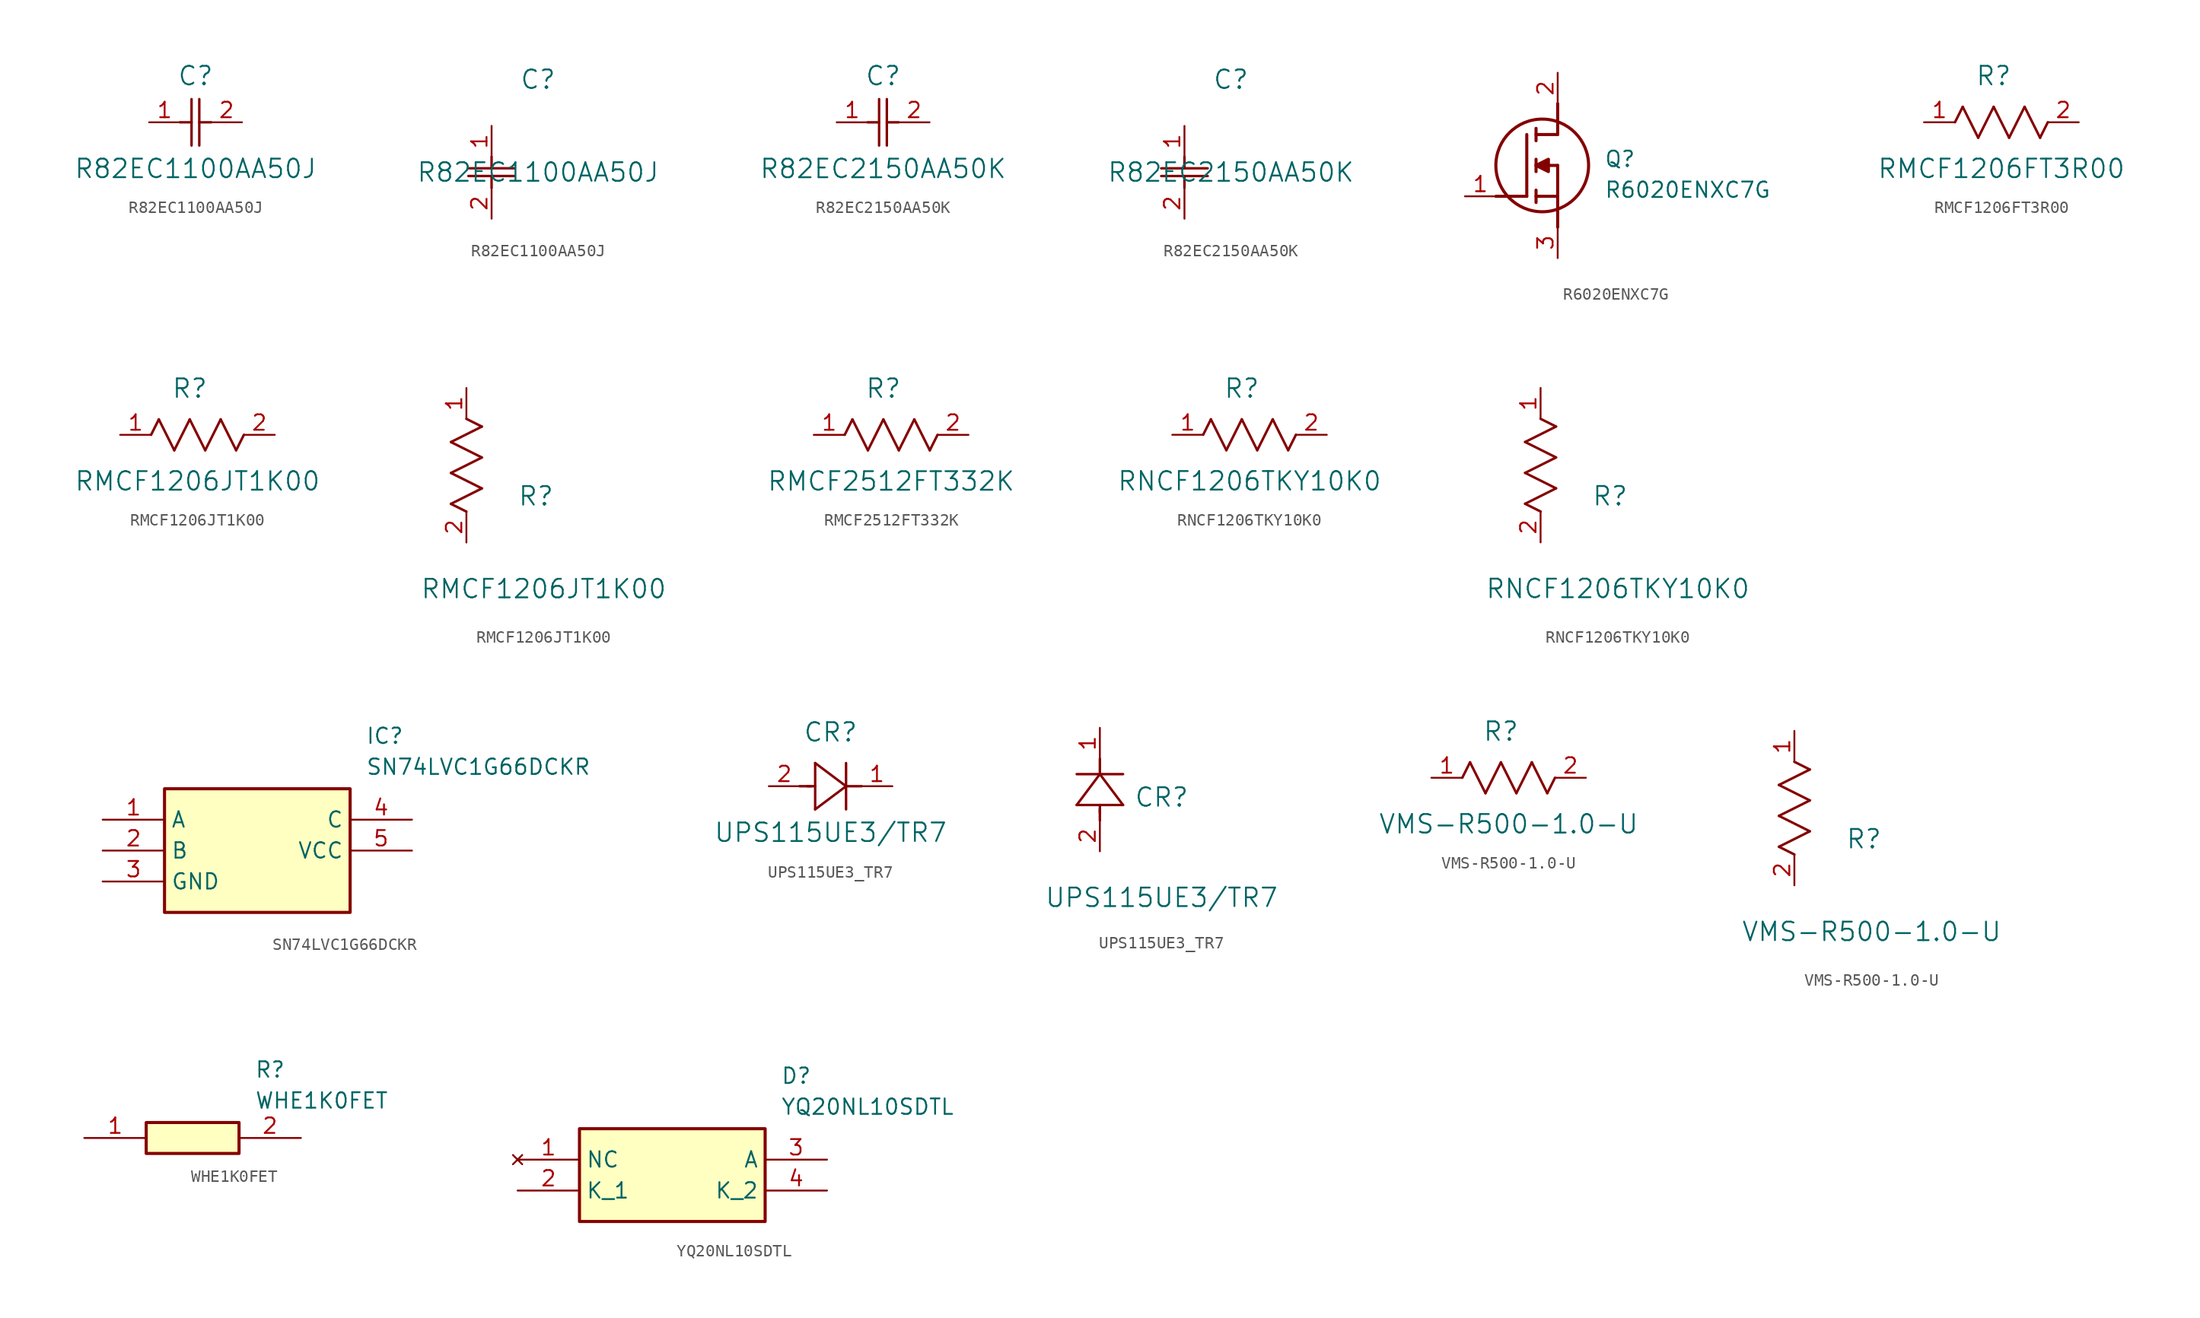
<source format=kicad_sym>
(kicad_symbol_lib
  (version 20231120)
  (generator "kicad_symbol_editor")
  (generator_version "8.0")
  (symbol "R82EC1100AA50J"
    (pin_names
      (offset 0.254))
    (property "Reference" "C"
      (at 3.81 3.81 0)
      (effects (font (size 1.524 1.524))))
    (property "Value" "R82EC1100AA50J"
      (at 3.81 -3.81 0)
      (effects (font (size 1.524 1.524))))
    (property "ki_locked" ""
      (at 0 0 0)
      (effects (font (size 1.27 1.27))))
    (symbol "R82EC1100AA50J_1_1"
      (polyline (pts (xy 2.54 0) (xy 3.48 0)) (stroke (width 0.203) (type default)) (fill (type none)))
      (polyline (pts (xy 3.48 -1.905) (xy 3.48 1.905)) (stroke (width 0.203) (type default)) (fill (type none)))
      (polyline (pts (xy 4.115 -1.905) (xy 4.115 1.905)) (stroke (width 0.203) (type default)) (fill (type none)))
      (polyline (pts (xy 4.115 0) (xy 5.08 0)) (stroke (width 0.203) (type default)) (fill (type none)))
      (pin unspecified line (at 0 0 0) (length 2.54) (name "" (effects (font (size 1.27 1.27)))) (number "1" (effects (font (size 1.27 1.27)))))
      (pin unspecified line (at 7.62 0 180) (length 2.54) (name "" (effects (font (size 1.27 1.27)))) (number "2" (effects (font (size 1.27 1.27))))))
    (symbol "R82EC1100AA50J_1_2"
      (polyline (pts (xy -1.905 -4.115) (xy 1.905 -4.115)) (stroke (width 0.203) (type default)) (fill (type none)))
      (polyline (pts (xy -1.905 -3.48) (xy 1.905 -3.48)) (stroke (width 0.203) (type default)) (fill (type none)))
      (polyline (pts (xy 0 -4.115) (xy 0 -5.08)) (stroke (width 0.203) (type default)) (fill (type none)))
      (polyline (pts (xy 0 -2.54) (xy 0 -3.48)) (stroke (width 0.203) (type default)) (fill (type none)))
      (pin unspecified line (at 0 0 270) (length 2.54) (name "" (effects (font (size 1.27 1.27)))) (number "1" (effects (font (size 1.27 1.27)))))
      (pin unspecified line (at 0 -7.62 90) (length 2.54) (name "" (effects (font (size 1.27 1.27)))) (number "2" (effects (font (size 1.27 1.27)))))))
  (symbol "R82EC2150AA50K"
    (pin_names
      (offset 0.254))
    (property "Reference" "C"
      (at 3.81 3.81 0)
      (effects (font (size 1.524 1.524))))
    (property "Value" "R82EC2150AA50K"
      (at 3.81 -3.81 0)
      (effects (font (size 1.524 1.524))))
    (property "ki_locked" ""
      (at 0 0 0)
      (effects (font (size 1.27 1.27))))
    (symbol "R82EC2150AA50K_1_1"
      (polyline (pts (xy 2.54 0) (xy 3.48 0)) (stroke (width 0.203) (type default)) (fill (type none)))
      (polyline (pts (xy 3.48 -1.905) (xy 3.48 1.905)) (stroke (width 0.203) (type default)) (fill (type none)))
      (polyline (pts (xy 4.115 -1.905) (xy 4.115 1.905)) (stroke (width 0.203) (type default)) (fill (type none)))
      (polyline (pts (xy 4.115 0) (xy 5.08 0)) (stroke (width 0.203) (type default)) (fill (type none)))
      (pin unspecified line (at 0 0 0) (length 2.54) (name "" (effects (font (size 1.27 1.27)))) (number "1" (effects (font (size 1.27 1.27)))))
      (pin unspecified line (at 7.62 0 180) (length 2.54) (name "" (effects (font (size 1.27 1.27)))) (number "2" (effects (font (size 1.27 1.27))))))
    (symbol "R82EC2150AA50K_1_2"
      (polyline (pts (xy -1.905 -4.115) (xy 1.905 -4.115)) (stroke (width 0.203) (type default)) (fill (type none)))
      (polyline (pts (xy -1.905 -3.48) (xy 1.905 -3.48)) (stroke (width 0.203) (type default)) (fill (type none)))
      (polyline (pts (xy 0 -4.115) (xy 0 -5.08)) (stroke (width 0.203) (type default)) (fill (type none)))
      (polyline (pts (xy 0 -2.54) (xy 0 -3.48)) (stroke (width 0.203) (type default)) (fill (type none)))
      (pin unspecified line (at 0 0 270) (length 2.54) (name "" (effects (font (size 1.27 1.27)))) (number "1" (effects (font (size 1.27 1.27)))))
      (pin unspecified line (at 0 -7.62 90) (length 2.54) (name "" (effects (font (size 1.27 1.27)))) (number "2" (effects (font (size 1.27 1.27)))))))
  (symbol "R6020ENXC7G"
    (pin_names hide)
    (property "Reference" "Q"
      (at 11.43 3.81 0)
      (effects (font (size 1.27 1.27)) (justify left top)))
    (property "Value" "R6020ENXC7G"
      (at 11.43 1.27 0)
      (effects (font (size 1.27 1.27)) (justify left top)))
    (symbol "R6020ENXC7G_1_1"
      (polyline (pts (xy 2.54 0) (xy 5.08 0)) (stroke (width 0.254) (type default)) (fill (type none)))
      (polyline (pts (xy 5.08 5.08) (xy 5.08 0)) (stroke (width 0.254) (type default)) (fill (type none)))
      (polyline (pts (xy 5.842 -0.508) (xy 5.842 0.508)) (stroke (width 0.254) (type default)) (fill (type none)))
      (polyline (pts (xy 5.842 0) (xy 7.62 0)) (stroke (width 0.254) (type default)) (fill (type none)))
      (polyline (pts (xy 5.842 2.032) (xy 5.842 3.048)) (stroke (width 0.254) (type default)) (fill (type none)))
      (polyline (pts (xy 5.842 5.588) (xy 5.842 4.572)) (stroke (width 0.254) (type default)) (fill (type none)))
      (polyline (pts (xy 7.62 2.54) (xy 5.842 2.54)) (stroke (width 0.254) (type default)) (fill (type none)))
      (polyline (pts (xy 7.62 2.54) (xy 7.62 -2.54)) (stroke (width 0.254) (type default)) (fill (type none)))
      (polyline (pts (xy 7.62 5.08) (xy 5.842 5.08)) (stroke (width 0.254) (type default)) (fill (type none)))
      (polyline (pts (xy 7.62 5.08) (xy 7.62 7.62)) (stroke (width 0.254) (type default)) (fill (type none)))
      (polyline (pts (xy 5.842 2.54) (xy 6.858 3.048) (xy 6.858 2.032) (xy 5.842 2.54)) (stroke (width 0.254) (type default)) (fill (type outline)))
      (circle (center 6.35 2.54) (radius 3.81) (stroke (width 0.254) (type default)) (fill (type none)))
      (pin passive line (at 0 0 0) (length 2.54) (name "G" (effects (font (size 1.27 1.27)))) (number "1" (effects (font (size 1.27 1.27)))))
      (pin passive line (at 7.62 10.16 270) (length 2.54) (name "D" (effects (font (size 1.27 1.27)))) (number "2" (effects (font (size 1.27 1.27)))))
      (pin passive line (at 7.62 -5.08 90) (length 2.54) (name "S" (effects (font (size 1.27 1.27)))) (number "3" (effects (font (size 1.27 1.27)))))))
  (symbol "RMCF1206FT3R00"
    (pin_names
      (offset 0.254))
    (property "Reference" "R"
      (at 5.715 3.81 0)
      (effects (font (size 1.524 1.524))))
    (property "Value" "RMCF1206FT3R00"
      (at 6.35 -3.81 0)
      (effects (font (size 1.524 1.524))))
    (property "ki_locked" ""
      (at 0 0 0)
      (effects (font (size 1.27 1.27))))
    (symbol "RMCF1206FT3R00_0_1"
      (polyline (pts (xy 2.54 0) (xy 3.175 1.27)) (stroke (width 0.203) (type default)) (fill (type none)))
      (polyline (pts (xy 3.175 1.27) (xy 4.445 -1.27)) (stroke (width 0.203) (type default)) (fill (type none)))
      (polyline (pts (xy 4.445 -1.27) (xy 5.715 1.27)) (stroke (width 0.203) (type default)) (fill (type none)))
      (polyline (pts (xy 5.715 1.27) (xy 6.985 -1.27)) (stroke (width 0.203) (type default)) (fill (type none)))
      (polyline (pts (xy 6.985 -1.27) (xy 8.255 1.27)) (stroke (width 0.203) (type default)) (fill (type none)))
      (polyline (pts (xy 8.255 1.27) (xy 9.525 -1.27)) (stroke (width 0.203) (type default)) (fill (type none)))
      (polyline (pts (xy 9.525 -1.27) (xy 10.16 0)) (stroke (width 0.203) (type default)) (fill (type none)))
      (pin unspecified line (at 0 0 0) (length 2.54) (name "" (effects (font (size 1.27 1.27)))) (number "1" (effects (font (size 1.27 1.27)))))
      (pin unspecified line (at 12.7 0 180) (length 2.54) (name "" (effects (font (size 1.27 1.27)))) (number "2" (effects (font (size 1.27 1.27)))))))
  (symbol "RMCF1206JT1K00"
    (pin_names
      (offset 0.254))
    (property "Reference" "R"
      (at 5.715 3.81 0)
      (effects (font (size 1.524 1.524))))
    (property "Value" "RMCF1206JT1K00"
      (at 6.35 -3.81 0)
      (effects (font (size 1.524 1.524))))
    (property "ki_locked" ""
      (at 0 0 0)
      (effects (font (size 1.27 1.27))))
    (symbol "RMCF1206JT1K00_1_1"
      (polyline (pts (xy 2.54 0) (xy 3.175 1.27)) (stroke (width 0.203) (type default)) (fill (type none)))
      (polyline (pts (xy 3.175 1.27) (xy 4.445 -1.27)) (stroke (width 0.203) (type default)) (fill (type none)))
      (polyline (pts (xy 4.445 -1.27) (xy 5.715 1.27)) (stroke (width 0.203) (type default)) (fill (type none)))
      (polyline (pts (xy 5.715 1.27) (xy 6.985 -1.27)) (stroke (width 0.203) (type default)) (fill (type none)))
      (polyline (pts (xy 6.985 -1.27) (xy 8.255 1.27)) (stroke (width 0.203) (type default)) (fill (type none)))
      (polyline (pts (xy 8.255 1.27) (xy 9.525 -1.27)) (stroke (width 0.203) (type default)) (fill (type none)))
      (polyline (pts (xy 9.525 -1.27) (xy 10.16 0)) (stroke (width 0.203) (type default)) (fill (type none)))
      (pin unspecified line (at 0 0 0) (length 2.54) (name "" (effects (font (size 1.27 1.27)))) (number "1" (effects (font (size 1.27 1.27)))))
      (pin unspecified line (at 12.7 0 180) (length 2.54) (name "" (effects (font (size 1.27 1.27)))) (number "2" (effects (font (size 1.27 1.27))))))
    (symbol "RMCF1206JT1K00_1_2"
      (polyline (pts (xy -1.27 3.175) (xy 1.27 4.445)) (stroke (width 0.203) (type default)) (fill (type none)))
      (polyline (pts (xy -1.27 5.715) (xy 1.27 6.985)) (stroke (width 0.203) (type default)) (fill (type none)))
      (polyline (pts (xy -1.27 8.255) (xy 1.27 9.525)) (stroke (width 0.203) (type default)) (fill (type none)))
      (polyline (pts (xy 0 2.54) (xy -1.27 3.175)) (stroke (width 0.203) (type default)) (fill (type none)))
      (polyline (pts (xy 1.27 4.445) (xy -1.27 5.715)) (stroke (width 0.203) (type default)) (fill (type none)))
      (polyline (pts (xy 1.27 6.985) (xy -1.27 8.255)) (stroke (width 0.203) (type default)) (fill (type none)))
      (polyline (pts (xy 1.27 9.525) (xy 0 10.16)) (stroke (width 0.203) (type default)) (fill (type none)))
      (pin unspecified line (at 0 12.7 270) (length 2.54) (name "" (effects (font (size 1.27 1.27)))) (number "1" (effects (font (size 1.27 1.27)))))
      (pin unspecified line (at 0 0 90) (length 2.54) (name "" (effects (font (size 1.27 1.27)))) (number "2" (effects (font (size 1.27 1.27)))))))
  (symbol "RMCF2512FT332K"
    (pin_names
      (offset 0.254))
    (property "Reference" "R"
      (at 5.715 3.81 0)
      (effects (font (size 1.524 1.524))))
    (property "Value" "RMCF2512FT332K"
      (at 6.35 -3.81 0)
      (effects (font (size 1.524 1.524))))
    (property "ki_locked" ""
      (at 0 0 0)
      (effects (font (size 1.27 1.27))))
    (symbol "RMCF2512FT332K_0_1"
      (polyline (pts (xy 2.54 0) (xy 3.175 1.27)) (stroke (width 0.203) (type default)) (fill (type none)))
      (polyline (pts (xy 3.175 1.27) (xy 4.445 -1.27)) (stroke (width 0.203) (type default)) (fill (type none)))
      (polyline (pts (xy 4.445 -1.27) (xy 5.715 1.27)) (stroke (width 0.203) (type default)) (fill (type none)))
      (polyline (pts (xy 5.715 1.27) (xy 6.985 -1.27)) (stroke (width 0.203) (type default)) (fill (type none)))
      (polyline (pts (xy 6.985 -1.27) (xy 8.255 1.27)) (stroke (width 0.203) (type default)) (fill (type none)))
      (polyline (pts (xy 8.255 1.27) (xy 9.525 -1.27)) (stroke (width 0.203) (type default)) (fill (type none)))
      (polyline (pts (xy 9.525 -1.27) (xy 10.16 0)) (stroke (width 0.203) (type default)) (fill (type none)))
      (pin unspecified line (at 0 0 0) (length 2.54) (name "" (effects (font (size 1.27 1.27)))) (number "1" (effects (font (size 1.27 1.27)))))
      (pin unspecified line (at 12.7 0 180) (length 2.54) (name "" (effects (font (size 1.27 1.27)))) (number "2" (effects (font (size 1.27 1.27)))))))
  (symbol "RNCF1206TKY10K0"
    (pin_names
      (offset 0.254))
    (property "Reference" "R"
      (at 5.715 3.81 0)
      (effects (font (size 1.524 1.524))))
    (property "Value" "RNCF1206TKY10K0"
      (at 6.35 -3.81 0)
      (effects (font (size 1.524 1.524))))
    (property "ki_locked" ""
      (at 0 0 0)
      (effects (font (size 1.27 1.27))))
    (symbol "RNCF1206TKY10K0_1_1"
      (polyline (pts (xy 2.54 0) (xy 3.175 1.27)) (stroke (width 0.203) (type default)) (fill (type none)))
      (polyline (pts (xy 3.175 1.27) (xy 4.445 -1.27)) (stroke (width 0.203) (type default)) (fill (type none)))
      (polyline (pts (xy 4.445 -1.27) (xy 5.715 1.27)) (stroke (width 0.203) (type default)) (fill (type none)))
      (polyline (pts (xy 5.715 1.27) (xy 6.985 -1.27)) (stroke (width 0.203) (type default)) (fill (type none)))
      (polyline (pts (xy 6.985 -1.27) (xy 8.255 1.27)) (stroke (width 0.203) (type default)) (fill (type none)))
      (polyline (pts (xy 8.255 1.27) (xy 9.525 -1.27)) (stroke (width 0.203) (type default)) (fill (type none)))
      (polyline (pts (xy 9.525 -1.27) (xy 10.16 0)) (stroke (width 0.203) (type default)) (fill (type none)))
      (pin unspecified line (at 0 0 0) (length 2.54) (name "" (effects (font (size 1.27 1.27)))) (number "1" (effects (font (size 1.27 1.27)))))
      (pin unspecified line (at 12.7 0 180) (length 2.54) (name "" (effects (font (size 1.27 1.27)))) (number "2" (effects (font (size 1.27 1.27))))))
    (symbol "RNCF1206TKY10K0_1_2"
      (polyline (pts (xy -1.27 3.175) (xy 1.27 4.445)) (stroke (width 0.203) (type default)) (fill (type none)))
      (polyline (pts (xy -1.27 5.715) (xy 1.27 6.985)) (stroke (width 0.203) (type default)) (fill (type none)))
      (polyline (pts (xy -1.27 8.255) (xy 1.27 9.525)) (stroke (width 0.203) (type default)) (fill (type none)))
      (polyline (pts (xy 0 2.54) (xy -1.27 3.175)) (stroke (width 0.203) (type default)) (fill (type none)))
      (polyline (pts (xy 1.27 4.445) (xy -1.27 5.715)) (stroke (width 0.203) (type default)) (fill (type none)))
      (polyline (pts (xy 1.27 6.985) (xy -1.27 8.255)) (stroke (width 0.203) (type default)) (fill (type none)))
      (polyline (pts (xy 1.27 9.525) (xy 0 10.16)) (stroke (width 0.203) (type default)) (fill (type none)))
      (pin unspecified line (at 0 12.7 270) (length 2.54) (name "" (effects (font (size 1.27 1.27)))) (number "1" (effects (font (size 1.27 1.27)))))
      (pin unspecified line (at 0 0 90) (length 2.54) (name "" (effects (font (size 1.27 1.27)))) (number "2" (effects (font (size 1.27 1.27)))))))
  (symbol "SN74LVC1G66DCKR"
    (property "Reference" "IC"
      (at 21.59 7.62 0)
      (effects (font (size 1.27 1.27)) (justify left top)))
    (property "Value" "SN74LVC1G66DCKR"
      (at 21.59 5.08 0)
      (effects (font (size 1.27 1.27)) (justify left top)))
    (symbol "SN74LVC1G66DCKR_1_1"
      (rectangle (start 5.08 2.54) (end 20.32 -7.62) (stroke (width 0.254) (type default)) (fill (type background)))
      (pin passive line (at 0 0 0) (length 5.08) (name "A" (effects (font (size 1.27 1.27)))) (number "1" (effects (font (size 1.27 1.27)))))
      (pin passive line (at 0 -2.54 0) (length 5.08) (name "B" (effects (font (size 1.27 1.27)))) (number "2" (effects (font (size 1.27 1.27)))))
      (pin passive line (at 0 -5.08 0) (length 5.08) (name "GND" (effects (font (size 1.27 1.27)))) (number "3" (effects (font (size 1.27 1.27)))))
      (pin passive line (at 25.4 0 180) (length 5.08) (name "C" (effects (font (size 1.27 1.27)))) (number "4" (effects (font (size 1.27 1.27)))))
      (pin passive line (at 25.4 -2.54 180) (length 5.08) (name "VCC" (effects (font (size 1.27 1.27)))) (number "5" (effects (font (size 1.27 1.27)))))))
  (symbol "UPS115UE3_TR7"
    (pin_names
      (offset 0.254))
    (property "Reference" "CR"
      (at 5.08 4.445 0)
      (effects (font (size 1.524 1.524))))
    (property "Value" "UPS115UE3/TR7"
      (at 5.08 -3.81 0)
      (effects (font (size 1.524 1.524))))
    (property "ki_locked" ""
      (at 0 0 0)
      (effects (font (size 1.27 1.27))))
    (symbol "UPS115UE3_TR7_1_1"
      (polyline (pts (xy 2.54 0) (xy 3.48 0)) (stroke (width 0.203) (type default)) (fill (type none)))
      (polyline (pts (xy 3.175 0) (xy 3.81 0)) (stroke (width 0.203) (type default)) (fill (type none)))
      (polyline (pts (xy 3.81 -1.905) (xy 6.35 0)) (stroke (width 0.203) (type default)) (fill (type none)))
      (polyline (pts (xy 3.81 1.905) (xy 3.81 -1.905)) (stroke (width 0.203) (type default)) (fill (type none)))
      (polyline (pts (xy 6.35 -1.905) (xy 6.35 1.905)) (stroke (width 0.203) (type default)) (fill (type none)))
      (polyline (pts (xy 6.35 0) (xy 3.81 1.905)) (stroke (width 0.203) (type default)) (fill (type none)))
      (polyline (pts (xy 6.35 0) (xy 7.62 0)) (stroke (width 0.203) (type default)) (fill (type none)))
      (pin unspecified line (at 10.16 0 180) (length 2.54) (name "" (effects (font (size 1.27 1.27)))) (number "1" (effects (font (size 1.27 1.27)))))
      (pin unspecified line (at 0 0 0) (length 2.54) (name "" (effects (font (size 1.27 1.27)))) (number "2" (effects (font (size 1.27 1.27))))))
    (symbol "UPS115UE3_TR7_1_2"
      (polyline (pts (xy -1.905 3.81) (xy 1.905 3.81)) (stroke (width 0.203) (type default)) (fill (type none)))
      (polyline (pts (xy 0 2.54) (xy 0 3.48)) (stroke (width 0.203) (type default)) (fill (type none)))
      (polyline (pts (xy 0 3.175) (xy 0 3.81)) (stroke (width 0.203) (type default)) (fill (type none)))
      (polyline (pts (xy 0 6.35) (xy -1.905 3.81)) (stroke (width 0.203) (type default)) (fill (type none)))
      (polyline (pts (xy 0 6.35) (xy 0 7.62)) (stroke (width 0.203) (type default)) (fill (type none)))
      (polyline (pts (xy 1.905 3.81) (xy 0 6.35)) (stroke (width 0.203) (type default)) (fill (type none)))
      (polyline (pts (xy 1.905 6.35) (xy -1.905 6.35)) (stroke (width 0.203) (type default)) (fill (type none)))
      (pin unspecified line (at 0 10.16 270) (length 2.54) (name "" (effects (font (size 1.27 1.27)))) (number "1" (effects (font (size 1.27 1.27)))))
      (pin unspecified line (at 0 0 90) (length 2.54) (name "" (effects (font (size 1.27 1.27)))) (number "2" (effects (font (size 1.27 1.27)))))))
  (symbol "VMS-R500-1.0-U"
    (pin_names
      (offset 0.254))
    (property "Reference" "R"
      (at 5.715 3.81 0)
      (effects (font (size 1.524 1.524))))
    (property "Value" "VMS-R500-1.0-U"
      (at 6.35 -3.81 0)
      (effects (font (size 1.524 1.524))))
    (property "ki_locked" ""
      (at 0 0 0)
      (effects (font (size 1.27 1.27))))
    (symbol "VMS-R500-1.0-U_1_1"
      (polyline (pts (xy 2.54 0) (xy 3.175 1.27)) (stroke (width 0.203) (type default)) (fill (type none)))
      (polyline (pts (xy 3.175 1.27) (xy 4.445 -1.27)) (stroke (width 0.203) (type default)) (fill (type none)))
      (polyline (pts (xy 4.445 -1.27) (xy 5.715 1.27)) (stroke (width 0.203) (type default)) (fill (type none)))
      (polyline (pts (xy 5.715 1.27) (xy 6.985 -1.27)) (stroke (width 0.203) (type default)) (fill (type none)))
      (polyline (pts (xy 6.985 -1.27) (xy 8.255 1.27)) (stroke (width 0.203) (type default)) (fill (type none)))
      (polyline (pts (xy 8.255 1.27) (xy 9.525 -1.27)) (stroke (width 0.203) (type default)) (fill (type none)))
      (polyline (pts (xy 9.525 -1.27) (xy 10.16 0)) (stroke (width 0.203) (type default)) (fill (type none)))
      (pin unspecified line (at 0 0 0) (length 2.54) (name "" (effects (font (size 1.27 1.27)))) (number "1" (effects (font (size 1.27 1.27)))))
      (pin unspecified line (at 12.7 0 180) (length 2.54) (name "" (effects (font (size 1.27 1.27)))) (number "2" (effects (font (size 1.27 1.27))))))
    (symbol "VMS-R500-1.0-U_1_2"
      (polyline (pts (xy -1.27 3.175) (xy 1.27 4.445)) (stroke (width 0.203) (type default)) (fill (type none)))
      (polyline (pts (xy -1.27 5.715) (xy 1.27 6.985)) (stroke (width 0.203) (type default)) (fill (type none)))
      (polyline (pts (xy -1.27 8.255) (xy 1.27 9.525)) (stroke (width 0.203) (type default)) (fill (type none)))
      (polyline (pts (xy 0 2.54) (xy -1.27 3.175)) (stroke (width 0.203) (type default)) (fill (type none)))
      (polyline (pts (xy 1.27 4.445) (xy -1.27 5.715)) (stroke (width 0.203) (type default)) (fill (type none)))
      (polyline (pts (xy 1.27 6.985) (xy -1.27 8.255)) (stroke (width 0.203) (type default)) (fill (type none)))
      (polyline (pts (xy 1.27 9.525) (xy 0 10.16)) (stroke (width 0.203) (type default)) (fill (type none)))
      (pin unspecified line (at 0 12.7 270) (length 2.54) (name "" (effects (font (size 1.27 1.27)))) (number "1" (effects (font (size 1.27 1.27)))))
      (pin unspecified line (at 0 0 90) (length 2.54) (name "" (effects (font (size 1.27 1.27)))) (number "2" (effects (font (size 1.27 1.27)))))))
  (symbol "WHE1K0FET"
    (pin_names hide)
    (property "Reference" "R"
      (at 13.97 6.35 0)
      (effects (font (size 1.27 1.27)) (justify left top)))
    (property "Value" "WHE1K0FET"
      (at 13.97 3.81 0)
      (effects (font (size 1.27 1.27)) (justify left top)))
    (symbol "WHE1K0FET_1_1"
      (rectangle (start 5.08 1.27) (end 12.7 -1.27) (stroke (width 0.254) (type default)) (fill (type background)))
      (pin passive line (at 0 0 0) (length 5.08) (name "1" (effects (font (size 1.27 1.27)))) (number "1" (effects (font (size 1.27 1.27)))))
      (pin passive line (at 17.78 0 180) (length 5.08) (name "2" (effects (font (size 1.27 1.27)))) (number "2" (effects (font (size 1.27 1.27)))))))
  (symbol "YQ20NL10SDTL"
    (property "Reference" "D"
      (at 21.59 7.62 0)
      (effects (font (size 1.27 1.27)) (justify left top)))
    (property "Value" "YQ20NL10SDTL"
      (at 21.59 5.08 0)
      (effects (font (size 1.27 1.27)) (justify left top)))
    (symbol "YQ20NL10SDTL_1_1"
      (rectangle (start 5.08 2.54) (end 20.32 -5.08) (stroke (width 0.254) (type default)) (fill (type background)))
      (pin no_connect line (at 0 0 0) (length 5.08) (name "NC" (effects (font (size 1.27 1.27)))) (number "1" (effects (font (size 1.27 1.27)))))
      (pin passive line (at 0 -2.54 0) (length 5.08) (name "K_1" (effects (font (size 1.27 1.27)))) (number "2" (effects (font (size 1.27 1.27)))))
      (pin passive line (at 25.4 0 180) (length 5.08) (name "A" (effects (font (size 1.27 1.27)))) (number "3" (effects (font (size 1.27 1.27)))))
      (pin passive line (at 25.4 -2.54 180) (length 5.08) (name "K_2" (effects (font (size 1.27 1.27)))) (number "4" (effects (font (size 1.27 1.27))))))))
</source>
